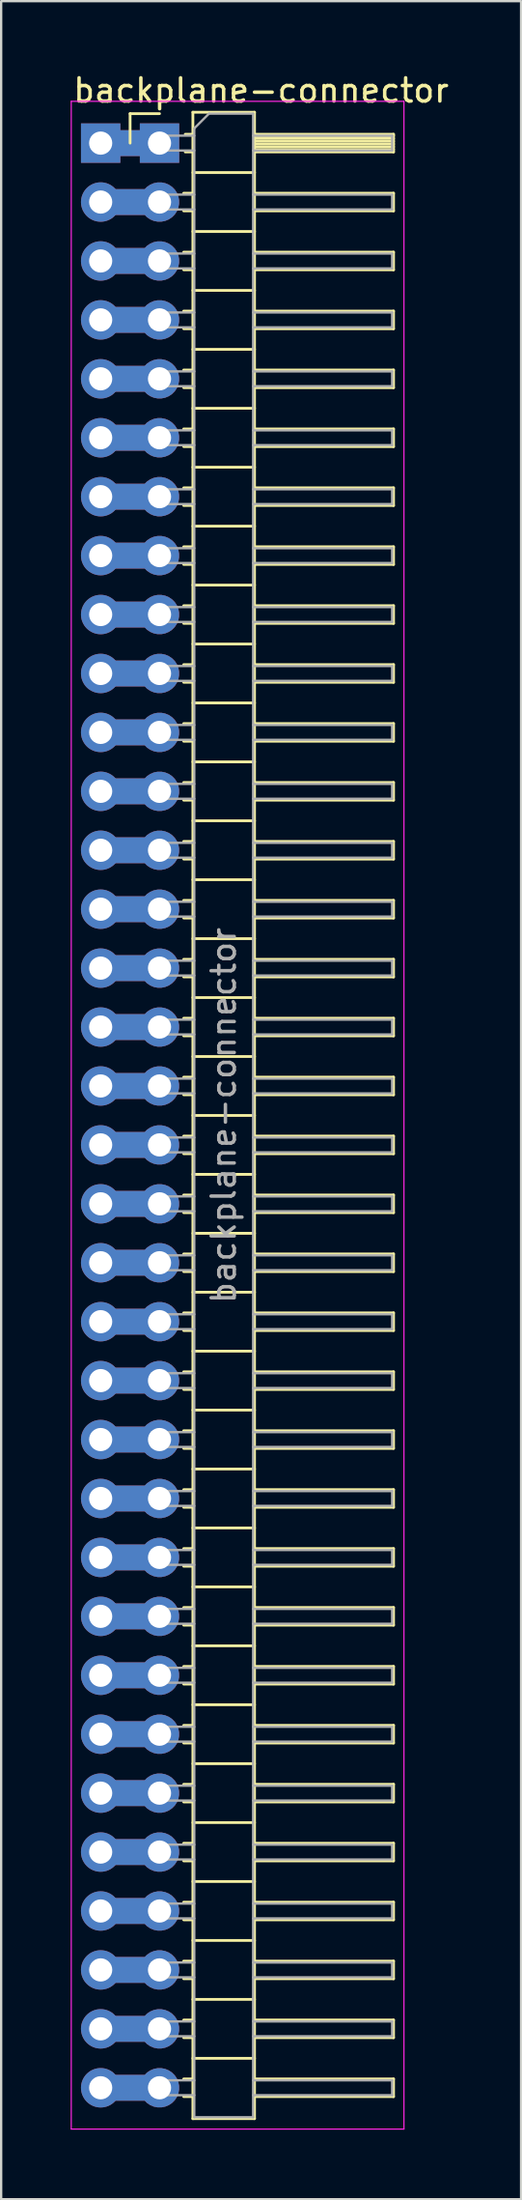
<source format=kicad_pcb>
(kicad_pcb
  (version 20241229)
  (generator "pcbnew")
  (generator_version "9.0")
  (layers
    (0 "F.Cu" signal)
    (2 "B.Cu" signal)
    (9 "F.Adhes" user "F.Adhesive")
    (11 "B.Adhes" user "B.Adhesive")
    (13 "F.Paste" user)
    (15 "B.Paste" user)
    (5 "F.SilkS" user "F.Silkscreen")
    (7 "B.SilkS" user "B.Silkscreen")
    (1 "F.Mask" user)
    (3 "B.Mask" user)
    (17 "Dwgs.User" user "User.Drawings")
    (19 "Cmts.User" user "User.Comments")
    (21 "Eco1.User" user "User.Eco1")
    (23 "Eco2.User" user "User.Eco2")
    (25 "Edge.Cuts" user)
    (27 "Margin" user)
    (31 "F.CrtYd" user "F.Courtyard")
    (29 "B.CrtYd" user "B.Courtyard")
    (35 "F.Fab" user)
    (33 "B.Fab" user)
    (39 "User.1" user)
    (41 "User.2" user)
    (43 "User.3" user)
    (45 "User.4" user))
  (footprint "backplane-connector"
    (layer "F.Cu")
    (at 3.835 3.118)
    (property "Reference" "backplane-connector" (at 4.385 -2.27 0) (layer "F.SilkS") (effects (font (size 1 1) (thickness 0.15))))
    (attr through_hole)
    (fp_line (start -1.27 -1.27) (end 0 -1.27) (stroke (width 0.12) (type solid)) (layer "F.SilkS"))
    (fp_line (start -1.27 0) (end -1.27 -1.27) (stroke (width 0.12) (type solid)) (layer "F.SilkS"))
    (fp_line (start 1.043 2.16) (end 1.44 2.16) (stroke (width 0.12) (type solid)) (layer "F.SilkS"))
    (fp_line (start 1.043 2.92) (end 1.44 2.92) (stroke (width 0.12) (type solid)) (layer "F.SilkS"))
    (fp_line (start 1.043 4.7) (end 1.44 4.7) (stroke (width 0.12) (type solid)) (layer "F.SilkS"))
    (fp_line (start 1.043 5.46) (end 1.44 5.46) (stroke (width 0.12) (type solid)) (layer "F.SilkS"))
    (fp_line (start 1.043 7.24) (end 1.44 7.24) (stroke (width 0.12) (type solid)) (layer "F.SilkS"))
    (fp_line (start 1.043 8) (end 1.44 8) (stroke (width 0.12) (type solid)) (layer "F.SilkS"))
    (fp_line (start 1.043 9.78) (end 1.44 9.78) (stroke (width 0.12) (type solid)) (layer "F.SilkS"))
    (fp_line (start 1.043 10.54) (end 1.44 10.54) (stroke (width 0.12) (type solid)) (layer "F.SilkS"))
    (fp_line (start 1.043 12.32) (end 1.44 12.32) (stroke (width 0.12) (type solid)) (layer "F.SilkS"))
    (fp_line (start 1.043 13.08) (end 1.44 13.08) (stroke (width 0.12) (type solid)) (layer "F.SilkS"))
    (fp_line (start 1.043 14.86) (end 1.44 14.86) (stroke (width 0.12) (type solid)) (layer "F.SilkS"))
    (fp_line (start 1.043 15.62) (end 1.44 15.62) (stroke (width 0.12) (type solid)) (layer "F.SilkS"))
    (fp_line (start 1.043 17.4) (end 1.44 17.4) (stroke (width 0.12) (type solid)) (layer "F.SilkS"))
    (fp_line (start 1.043 18.16) (end 1.44 18.16) (stroke (width 0.12) (type solid)) (layer "F.SilkS"))
    (fp_line (start 1.043 19.94) (end 1.44 19.94) (stroke (width 0.12) (type solid)) (layer "F.SilkS"))
    (fp_line (start 1.043 20.7) (end 1.44 20.7) (stroke (width 0.12) (type solid)) (layer "F.SilkS"))
    (fp_line (start 1.043 22.48) (end 1.44 22.48) (stroke (width 0.12) (type solid)) (layer "F.SilkS"))
    (fp_line (start 1.043 23.24) (end 1.44 23.24) (stroke (width 0.12) (type solid)) (layer "F.SilkS"))
    (fp_line (start 1.043 25.02) (end 1.44 25.02) (stroke (width 0.12) (type solid)) (layer "F.SilkS"))
    (fp_line (start 1.043 25.78) (end 1.44 25.78) (stroke (width 0.12) (type solid)) (layer "F.SilkS"))
    (fp_line (start 1.043 27.56) (end 1.44 27.56) (stroke (width 0.12) (type solid)) (layer "F.SilkS"))
    (fp_line (start 1.043 28.32) (end 1.44 28.32) (stroke (width 0.12) (type solid)) (layer "F.SilkS"))
    (fp_line (start 1.043 30.1) (end 1.44 30.1) (stroke (width 0.12) (type solid)) (layer "F.SilkS"))
    (fp_line (start 1.043 30.86) (end 1.44 30.86) (stroke (width 0.12) (type solid)) (layer "F.SilkS"))
    (fp_line (start 1.043 32.64) (end 1.44 32.64) (stroke (width 0.12) (type solid)) (layer "F.SilkS"))
    (fp_line (start 1.043 33.4) (end 1.44 33.4) (stroke (width 0.12) (type solid)) (layer "F.SilkS"))
    (fp_line (start 1.043 35.18) (end 1.44 35.18) (stroke (width 0.12) (type solid)) (layer "F.SilkS"))
    (fp_line (start 1.043 35.94) (end 1.44 35.94) (stroke (width 0.12) (type solid)) (layer "F.SilkS"))
    (fp_line (start 1.043 37.72) (end 1.44 37.72) (stroke (width 0.12) (type solid)) (layer "F.SilkS"))
    (fp_line (start 1.043 38.48) (end 1.44 38.48) (stroke (width 0.12) (type solid)) (layer "F.SilkS"))
    (fp_line (start 1.043 40.26) (end 1.44 40.26) (stroke (width 0.12) (type solid)) (layer "F.SilkS"))
    (fp_line (start 1.043 41.02) (end 1.44 41.02) (stroke (width 0.12) (type solid)) (layer "F.SilkS"))
    (fp_line (start 1.043 42.8) (end 1.44 42.8) (stroke (width 0.12) (type solid)) (layer "F.SilkS"))
    (fp_line (start 1.043 43.56) (end 1.44 43.56) (stroke (width 0.12) (type solid)) (layer "F.SilkS"))
    (fp_line (start 1.043 45.34) (end 1.44 45.34) (stroke (width 0.12) (type solid)) (layer "F.SilkS"))
    (fp_line (start 1.043 46.1) (end 1.44 46.1) (stroke (width 0.12) (type solid)) (layer "F.SilkS"))
    (fp_line (start 1.043 47.88) (end 1.44 47.88) (stroke (width 0.12) (type solid)) (layer "F.SilkS"))
    (fp_line (start 1.043 48.64) (end 1.44 48.64) (stroke (width 0.12) (type solid)) (layer "F.SilkS"))
    (fp_line (start 1.043 50.42) (end 1.44 50.42) (stroke (width 0.12) (type solid)) (layer "F.SilkS"))
    (fp_line (start 1.043 51.18) (end 1.44 51.18) (stroke (width 0.12) (type solid)) (layer "F.SilkS"))
    (fp_line (start 1.043 52.96) (end 1.44 52.96) (stroke (width 0.12) (type solid)) (layer "F.SilkS"))
    (fp_line (start 1.043 53.72) (end 1.44 53.72) (stroke (width 0.12) (type solid)) (layer "F.SilkS"))
    (fp_line (start 1.043 55.5) (end 1.44 55.5) (stroke (width 0.12) (type solid)) (layer "F.SilkS"))
    (fp_line (start 1.043 56.26) (end 1.44 56.26) (stroke (width 0.12) (type solid)) (layer "F.SilkS"))
    (fp_line (start 1.043 58.04) (end 1.44 58.04) (stroke (width 0.12) (type solid)) (layer "F.SilkS"))
    (fp_line (start 1.043 58.8) (end 1.44 58.8) (stroke (width 0.12) (type solid)) (layer "F.SilkS"))
    (fp_line (start 1.043 60.58) (end 1.44 60.58) (stroke (width 0.12) (type solid)) (layer "F.SilkS"))
    (fp_line (start 1.043 61.34) (end 1.44 61.34) (stroke (width 0.12) (type solid)) (layer "F.SilkS"))
    (fp_line (start 1.043 63.12) (end 1.44 63.12) (stroke (width 0.12) (type solid)) (layer "F.SilkS"))
    (fp_line (start 1.043 63.88) (end 1.44 63.88) (stroke (width 0.12) (type solid)) (layer "F.SilkS"))
    (fp_line (start 1.043 65.66) (end 1.44 65.66) (stroke (width 0.12) (type solid)) (layer "F.SilkS"))
    (fp_line (start 1.043 66.42) (end 1.44 66.42) (stroke (width 0.12) (type solid)) (layer "F.SilkS"))
    (fp_line (start 1.043 68.2) (end 1.44 68.2) (stroke (width 0.12) (type solid)) (layer "F.SilkS"))
    (fp_line (start 1.043 68.96) (end 1.44 68.96) (stroke (width 0.12) (type solid)) (layer "F.SilkS"))
    (fp_line (start 1.043 70.74) (end 1.44 70.74) (stroke (width 0.12) (type solid)) (layer "F.SilkS"))
    (fp_line (start 1.043 71.5) (end 1.44 71.5) (stroke (width 0.12) (type solid)) (layer "F.SilkS"))
    (fp_line (start 1.043 73.28) (end 1.44 73.28) (stroke (width 0.12) (type solid)) (layer "F.SilkS"))
    (fp_line (start 1.043 74.04) (end 1.44 74.04) (stroke (width 0.12) (type solid)) (layer "F.SilkS"))
    (fp_line (start 1.043 75.82) (end 1.44 75.82) (stroke (width 0.12) (type solid)) (layer "F.SilkS"))
    (fp_line (start 1.043 76.58) (end 1.44 76.58) (stroke (width 0.12) (type solid)) (layer "F.SilkS"))
    (fp_line (start 1.043 78.36) (end 1.44 78.36) (stroke (width 0.12) (type solid)) (layer "F.SilkS"))
    (fp_line (start 1.043 79.12) (end 1.44 79.12) (stroke (width 0.12) (type solid)) (layer "F.SilkS"))
    (fp_line (start 1.043 80.9) (end 1.44 80.9) (stroke (width 0.12) (type solid)) (layer "F.SilkS"))
    (fp_line (start 1.043 81.66) (end 1.44 81.66) (stroke (width 0.12) (type solid)) (layer "F.SilkS"))
    (fp_line (start 1.043 83.44) (end 1.44 83.44) (stroke (width 0.12) (type solid)) (layer "F.SilkS"))
    (fp_line (start 1.043 84.2) (end 1.44 84.2) (stroke (width 0.12) (type solid)) (layer "F.SilkS"))
    (fp_line (start 1.11 -0.38) (end 1.44 -0.38) (stroke (width 0.12) (type solid)) (layer "F.SilkS"))
    (fp_line (start 1.11 0.38) (end 1.44 0.38) (stroke (width 0.12) (type solid)) (layer "F.SilkS"))
    (fp_line (start 1.44 -1.33) (end 1.44 85.15) (stroke (width 0.12) (type solid)) (layer "F.SilkS"))
    (fp_line (start 1.44 1.27) (end 4.1 1.27) (stroke (width 0.12) (type solid)) (layer "F.SilkS"))
    (fp_line (start 1.44 3.81) (end 4.1 3.81) (stroke (width 0.12) (type solid)) (layer "F.SilkS"))
    (fp_line (start 1.44 6.35) (end 4.1 6.35) (stroke (width 0.12) (type solid)) (layer "F.SilkS"))
    (fp_line (start 1.44 8.89) (end 4.1 8.89) (stroke (width 0.12) (type solid)) (layer "F.SilkS"))
    (fp_line (start 1.44 11.43) (end 4.1 11.43) (stroke (width 0.12) (type solid)) (layer "F.SilkS"))
    (fp_line (start 1.44 13.97) (end 4.1 13.97) (stroke (width 0.12) (type solid)) (layer "F.SilkS"))
    (fp_line (start 1.44 16.51) (end 4.1 16.51) (stroke (width 0.12) (type solid)) (layer "F.SilkS"))
    (fp_line (start 1.44 19.05) (end 4.1 19.05) (stroke (width 0.12) (type solid)) (layer "F.SilkS"))
    (fp_line (start 1.44 21.59) (end 4.1 21.59) (stroke (width 0.12) (type solid)) (layer "F.SilkS"))
    (fp_line (start 1.44 24.13) (end 4.1 24.13) (stroke (width 0.12) (type solid)) (layer "F.SilkS"))
    (fp_line (start 1.44 26.67) (end 4.1 26.67) (stroke (width 0.12) (type solid)) (layer "F.SilkS"))
    (fp_line (start 1.44 29.21) (end 4.1 29.21) (stroke (width 0.12) (type solid)) (layer "F.SilkS"))
    (fp_line (start 1.44 31.75) (end 4.1 31.75) (stroke (width 0.12) (type solid)) (layer "F.SilkS"))
    (fp_line (start 1.44 34.29) (end 4.1 34.29) (stroke (width 0.12) (type solid)) (layer "F.SilkS"))
    (fp_line (start 1.44 36.83) (end 4.1 36.83) (stroke (width 0.12) (type solid)) (layer "F.SilkS"))
    (fp_line (start 1.44 39.37) (end 4.1 39.37) (stroke (width 0.12) (type solid)) (layer "F.SilkS"))
    (fp_line (start 1.44 41.91) (end 4.1 41.91) (stroke (width 0.12) (type solid)) (layer "F.SilkS"))
    (fp_line (start 1.44 44.45) (end 4.1 44.45) (stroke (width 0.12) (type solid)) (layer "F.SilkS"))
    (fp_line (start 1.44 46.99) (end 4.1 46.99) (stroke (width 0.12) (type solid)) (layer "F.SilkS"))
    (fp_line (start 1.44 49.53) (end 4.1 49.53) (stroke (width 0.12) (type solid)) (layer "F.SilkS"))
    (fp_line (start 1.44 52.07) (end 4.1 52.07) (stroke (width 0.12) (type solid)) (layer "F.SilkS"))
    (fp_line (start 1.44 54.61) (end 4.1 54.61) (stroke (width 0.12) (type solid)) (layer "F.SilkS"))
    (fp_line (start 1.44 57.15) (end 4.1 57.15) (stroke (width 0.12) (type solid)) (layer "F.SilkS"))
    (fp_line (start 1.44 59.69) (end 4.1 59.69) (stroke (width 0.12) (type solid)) (layer "F.SilkS"))
    (fp_line (start 1.44 62.23) (end 4.1 62.23) (stroke (width 0.12) (type solid)) (layer "F.SilkS"))
    (fp_line (start 1.44 64.77) (end 4.1 64.77) (stroke (width 0.12) (type solid)) (layer "F.SilkS"))
    (fp_line (start 1.44 67.31) (end 4.1 67.31) (stroke (width 0.12) (type solid)) (layer "F.SilkS"))
    (fp_line (start 1.44 69.85) (end 4.1 69.85) (stroke (width 0.12) (type solid)) (layer "F.SilkS"))
    (fp_line (start 1.44 72.39) (end 4.1 72.39) (stroke (width 0.12) (type solid)) (layer "F.SilkS"))
    (fp_line (start 1.44 74.93) (end 4.1 74.93) (stroke (width 0.12) (type solid)) (layer "F.SilkS"))
    (fp_line (start 1.44 77.47) (end 4.1 77.47) (stroke (width 0.12) (type solid)) (layer "F.SilkS"))
    (fp_line (start 1.44 80.01) (end 4.1 80.01) (stroke (width 0.12) (type solid)) (layer "F.SilkS"))
    (fp_line (start 1.44 82.55) (end 4.1 82.55) (stroke (width 0.12) (type solid)) (layer "F.SilkS"))
    (fp_line (start 1.44 85.15) (end 4.1 85.15) (stroke (width 0.12) (type solid)) (layer "F.SilkS"))
    (fp_line (start 4.1 -1.33) (end 1.44 -1.33) (stroke (width 0.12) (type solid)) (layer "F.SilkS"))
    (fp_line (start 4.1 -0.38) (end 10.1 -0.38) (stroke (width 0.12) (type solid)) (layer "F.SilkS"))
    (fp_line (start 4.1 -0.32) (end 10.1 -0.32) (stroke (width 0.12) (type solid)) (layer "F.SilkS"))
    (fp_line (start 4.1 -0.2) (end 10.1 -0.2) (stroke (width 0.12) (type solid)) (layer "F.SilkS"))
    (fp_line (start 4.1 -0.08) (end 10.1 -0.08) (stroke (width 0.12) (type solid)) (layer "F.SilkS"))
    (fp_line (start 4.1 0.04) (end 10.1 0.04) (stroke (width 0.12) (type solid)) (layer "F.SilkS"))
    (fp_line (start 4.1 0.16) (end 10.1 0.16) (stroke (width 0.12) (type solid)) (layer "F.SilkS"))
    (fp_line (start 4.1 0.28) (end 10.1 0.28) (stroke (width 0.12) (type solid)) (layer "F.SilkS"))
    (fp_line (start 4.1 2.16) (end 10.1 2.16) (stroke (width 0.12) (type solid)) (layer "F.SilkS"))
    (fp_line (start 4.1 4.7) (end 10.1 4.7) (stroke (width 0.12) (type solid)) (layer "F.SilkS"))
    (fp_line (start 4.1 7.24) (end 10.1 7.24) (stroke (width 0.12) (type solid)) (layer "F.SilkS"))
    (fp_line (start 4.1 9.78) (end 10.1 9.78) (stroke (width 0.12) (type solid)) (layer "F.SilkS"))
    (fp_line (start 4.1 12.32) (end 10.1 12.32) (stroke (width 0.12) (type solid)) (layer "F.SilkS"))
    (fp_line (start 4.1 14.86) (end 10.1 14.86) (stroke (width 0.12) (type solid)) (layer "F.SilkS"))
    (fp_line (start 4.1 17.4) (end 10.1 17.4) (stroke (width 0.12) (type solid)) (layer "F.SilkS"))
    (fp_line (start 4.1 19.94) (end 10.1 19.94) (stroke (width 0.12) (type solid)) (layer "F.SilkS"))
    (fp_line (start 4.1 22.48) (end 10.1 22.48) (stroke (width 0.12) (type solid)) (layer "F.SilkS"))
    (fp_line (start 4.1 25.02) (end 10.1 25.02) (stroke (width 0.12) (type solid)) (layer "F.SilkS"))
    (fp_line (start 4.1 27.56) (end 10.1 27.56) (stroke (width 0.12) (type solid)) (layer "F.SilkS"))
    (fp_line (start 4.1 30.1) (end 10.1 30.1) (stroke (width 0.12) (type solid)) (layer "F.SilkS"))
    (fp_line (start 4.1 32.64) (end 10.1 32.64) (stroke (width 0.12) (type solid)) (layer "F.SilkS"))
    (fp_line (start 4.1 35.18) (end 10.1 35.18) (stroke (width 0.12) (type solid)) (layer "F.SilkS"))
    (fp_line (start 4.1 37.72) (end 10.1 37.72) (stroke (width 0.12) (type solid)) (layer "F.SilkS"))
    (fp_line (start 4.1 40.26) (end 10.1 40.26) (stroke (width 0.12) (type solid)) (layer "F.SilkS"))
    (fp_line (start 4.1 42.8) (end 10.1 42.8) (stroke (width 0.12) (type solid)) (layer "F.SilkS"))
    (fp_line (start 4.1 45.34) (end 10.1 45.34) (stroke (width 0.12) (type solid)) (layer "F.SilkS"))
    (fp_line (start 4.1 47.88) (end 10.1 47.88) (stroke (width 0.12) (type solid)) (layer "F.SilkS"))
    (fp_line (start 4.1 50.42) (end 10.1 50.42) (stroke (width 0.12) (type solid)) (layer "F.SilkS"))
    (fp_line (start 4.1 52.96) (end 10.1 52.96) (stroke (width 0.12) (type solid)) (layer "F.SilkS"))
    (fp_line (start 4.1 55.5) (end 10.1 55.5) (stroke (width 0.12) (type solid)) (layer "F.SilkS"))
    (fp_line (start 4.1 58.04) (end 10.1 58.04) (stroke (width 0.12) (type solid)) (layer "F.SilkS"))
    (fp_line (start 4.1 60.58) (end 10.1 60.58) (stroke (width 0.12) (type solid)) (layer "F.SilkS"))
    (fp_line (start 4.1 63.12) (end 10.1 63.12) (stroke (width 0.12) (type solid)) (layer "F.SilkS"))
    (fp_line (start 4.1 65.66) (end 10.1 65.66) (stroke (width 0.12) (type solid)) (layer "F.SilkS"))
    (fp_line (start 4.1 68.2) (end 10.1 68.2) (stroke (width 0.12) (type solid)) (layer "F.SilkS"))
    (fp_line (start 4.1 70.74) (end 10.1 70.74) (stroke (width 0.12) (type solid)) (layer "F.SilkS"))
    (fp_line (start 4.1 73.28) (end 10.1 73.28) (stroke (width 0.12) (type solid)) (layer "F.SilkS"))
    (fp_line (start 4.1 75.82) (end 10.1 75.82) (stroke (width 0.12) (type solid)) (layer "F.SilkS"))
    (fp_line (start 4.1 78.36) (end 10.1 78.36) (stroke (width 0.12) (type solid)) (layer "F.SilkS"))
    (fp_line (start 4.1 80.9) (end 10.1 80.9) (stroke (width 0.12) (type solid)) (layer "F.SilkS"))
    (fp_line (start 4.1 83.44) (end 10.1 83.44) (stroke (width 0.12) (type solid)) (layer "F.SilkS"))
    (fp_line (start 4.1 85.15) (end 4.1 -1.33) (stroke (width 0.12) (type solid)) (layer "F.SilkS"))
    (fp_line (start 10.1 -0.38) (end 10.1 0.38) (stroke (width 0.12) (type solid)) (layer "F.SilkS"))
    (fp_line (start 10.1 0.38) (end 4.1 0.38) (stroke (width 0.12) (type solid)) (layer "F.SilkS"))
    (fp_line (start 10.1 2.16) (end 10.1 2.92) (stroke (width 0.12) (type solid)) (layer "F.SilkS"))
    (fp_line (start 10.1 2.92) (end 4.1 2.92) (stroke (width 0.12) (type solid)) (layer "F.SilkS"))
    (fp_line (start 10.1 4.7) (end 10.1 5.46) (stroke (width 0.12) (type solid)) (layer "F.SilkS"))
    (fp_line (start 10.1 5.46) (end 4.1 5.46) (stroke (width 0.12) (type solid)) (layer "F.SilkS"))
    (fp_line (start 10.1 7.24) (end 10.1 8) (stroke (width 0.12) (type solid)) (layer "F.SilkS"))
    (fp_line (start 10.1 8) (end 4.1 8) (stroke (width 0.12) (type solid)) (layer "F.SilkS"))
    (fp_line (start 10.1 9.78) (end 10.1 10.54) (stroke (width 0.12) (type solid)) (layer "F.SilkS"))
    (fp_line (start 10.1 10.54) (end 4.1 10.54) (stroke (width 0.12) (type solid)) (layer "F.SilkS"))
    (fp_line (start 10.1 12.32) (end 10.1 13.08) (stroke (width 0.12) (type solid)) (layer "F.SilkS"))
    (fp_line (start 10.1 13.08) (end 4.1 13.08) (stroke (width 0.12) (type solid)) (layer "F.SilkS"))
    (fp_line (start 10.1 14.86) (end 10.1 15.62) (stroke (width 0.12) (type solid)) (layer "F.SilkS"))
    (fp_line (start 10.1 15.62) (end 4.1 15.62) (stroke (width 0.12) (type solid)) (layer "F.SilkS"))
    (fp_line (start 10.1 17.4) (end 10.1 18.16) (stroke (width 0.12) (type solid)) (layer "F.SilkS"))
    (fp_line (start 10.1 18.16) (end 4.1 18.16) (stroke (width 0.12) (type solid)) (layer "F.SilkS"))
    (fp_line (start 10.1 19.94) (end 10.1 20.7) (stroke (width 0.12) (type solid)) (layer "F.SilkS"))
    (fp_line (start 10.1 20.7) (end 4.1 20.7) (stroke (width 0.12) (type solid)) (layer "F.SilkS"))
    (fp_line (start 10.1 22.48) (end 10.1 23.24) (stroke (width 0.12) (type solid)) (layer "F.SilkS"))
    (fp_line (start 10.1 23.24) (end 4.1 23.24) (stroke (width 0.12) (type solid)) (layer "F.SilkS"))
    (fp_line (start 10.1 25.02) (end 10.1 25.78) (stroke (width 0.12) (type solid)) (layer "F.SilkS"))
    (fp_line (start 10.1 25.78) (end 4.1 25.78) (stroke (width 0.12) (type solid)) (layer "F.SilkS"))
    (fp_line (start 10.1 27.56) (end 10.1 28.32) (stroke (width 0.12) (type solid)) (layer "F.SilkS"))
    (fp_line (start 10.1 28.32) (end 4.1 28.32) (stroke (width 0.12) (type solid)) (layer "F.SilkS"))
    (fp_line (start 10.1 30.1) (end 10.1 30.86) (stroke (width 0.12) (type solid)) (layer "F.SilkS"))
    (fp_line (start 10.1 30.86) (end 4.1 30.86) (stroke (width 0.12) (type solid)) (layer "F.SilkS"))
    (fp_line (start 10.1 32.64) (end 10.1 33.4) (stroke (width 0.12) (type solid)) (layer "F.SilkS"))
    (fp_line (start 10.1 33.4) (end 4.1 33.4) (stroke (width 0.12) (type solid)) (layer "F.SilkS"))
    (fp_line (start 10.1 35.18) (end 10.1 35.94) (stroke (width 0.12) (type solid)) (layer "F.SilkS"))
    (fp_line (start 10.1 35.94) (end 4.1 35.94) (stroke (width 0.12) (type solid)) (layer "F.SilkS"))
    (fp_line (start 10.1 37.72) (end 10.1 38.48) (stroke (width 0.12) (type solid)) (layer "F.SilkS"))
    (fp_line (start 10.1 38.48) (end 4.1 38.48) (stroke (width 0.12) (type solid)) (layer "F.SilkS"))
    (fp_line (start 10.1 40.26) (end 10.1 41.02) (stroke (width 0.12) (type solid)) (layer "F.SilkS"))
    (fp_line (start 10.1 41.02) (end 4.1 41.02) (stroke (width 0.12) (type solid)) (layer "F.SilkS"))
    (fp_line (start 10.1 42.8) (end 10.1 43.56) (stroke (width 0.12) (type solid)) (layer "F.SilkS"))
    (fp_line (start 10.1 43.56) (end 4.1 43.56) (stroke (width 0.12) (type solid)) (layer "F.SilkS"))
    (fp_line (start 10.1 45.34) (end 10.1 46.1) (stroke (width 0.12) (type solid)) (layer "F.SilkS"))
    (fp_line (start 10.1 46.1) (end 4.1 46.1) (stroke (width 0.12) (type solid)) (layer "F.SilkS"))
    (fp_line (start 10.1 47.88) (end 10.1 48.64) (stroke (width 0.12) (type solid)) (layer "F.SilkS"))
    (fp_line (start 10.1 48.64) (end 4.1 48.64) (stroke (width 0.12) (type solid)) (layer "F.SilkS"))
    (fp_line (start 10.1 50.42) (end 10.1 51.18) (stroke (width 0.12) (type solid)) (layer "F.SilkS"))
    (fp_line (start 10.1 51.18) (end 4.1 51.18) (stroke (width 0.12) (type solid)) (layer "F.SilkS"))
    (fp_line (start 10.1 52.96) (end 10.1 53.72) (stroke (width 0.12) (type solid)) (layer "F.SilkS"))
    (fp_line (start 10.1 53.72) (end 4.1 53.72) (stroke (width 0.12) (type solid)) (layer "F.SilkS"))
    (fp_line (start 10.1 55.5) (end 10.1 56.26) (stroke (width 0.12) (type solid)) (layer "F.SilkS"))
    (fp_line (start 10.1 56.26) (end 4.1 56.26) (stroke (width 0.12) (type solid)) (layer "F.SilkS"))
    (fp_line (start 10.1 58.04) (end 10.1 58.8) (stroke (width 0.12) (type solid)) (layer "F.SilkS"))
    (fp_line (start 10.1 58.8) (end 4.1 58.8) (stroke (width 0.12) (type solid)) (layer "F.SilkS"))
    (fp_line (start 10.1 60.58) (end 10.1 61.34) (stroke (width 0.12) (type solid)) (layer "F.SilkS"))
    (fp_line (start 10.1 61.34) (end 4.1 61.34) (stroke (width 0.12) (type solid)) (layer "F.SilkS"))
    (fp_line (start 10.1 63.12) (end 10.1 63.88) (stroke (width 0.12) (type solid)) (layer "F.SilkS"))
    (fp_line (start 10.1 63.88) (end 4.1 63.88) (stroke (width 0.12) (type solid)) (layer "F.SilkS"))
    (fp_line (start 10.1 65.66) (end 10.1 66.42) (stroke (width 0.12) (type solid)) (layer "F.SilkS"))
    (fp_line (start 10.1 66.42) (end 4.1 66.42) (stroke (width 0.12) (type solid)) (layer "F.SilkS"))
    (fp_line (start 10.1 68.2) (end 10.1 68.96) (stroke (width 0.12) (type solid)) (layer "F.SilkS"))
    (fp_line (start 10.1 68.96) (end 4.1 68.96) (stroke (width 0.12) (type solid)) (layer "F.SilkS"))
    (fp_line (start 10.1 70.74) (end 10.1 71.5) (stroke (width 0.12) (type solid)) (layer "F.SilkS"))
    (fp_line (start 10.1 71.5) (end 4.1 71.5) (stroke (width 0.12) (type solid)) (layer "F.SilkS"))
    (fp_line (start 10.1 73.28) (end 10.1 74.04) (stroke (width 0.12) (type solid)) (layer "F.SilkS"))
    (fp_line (start 10.1 74.04) (end 4.1 74.04) (stroke (width 0.12) (type solid)) (layer "F.SilkS"))
    (fp_line (start 10.1 75.82) (end 10.1 76.58) (stroke (width 0.12) (type solid)) (layer "F.SilkS"))
    (fp_line (start 10.1 76.58) (end 4.1 76.58) (stroke (width 0.12) (type solid)) (layer "F.SilkS"))
    (fp_line (start 10.1 78.36) (end 10.1 79.12) (stroke (width 0.12) (type solid)) (layer "F.SilkS"))
    (fp_line (start 10.1 79.12) (end 4.1 79.12) (stroke (width 0.12) (type solid)) (layer "F.SilkS"))
    (fp_line (start 10.1 80.9) (end 10.1 81.66) (stroke (width 0.12) (type solid)) (layer "F.SilkS"))
    (fp_line (start 10.1 81.66) (end 4.1 81.66) (stroke (width 0.12) (type solid)) (layer "F.SilkS"))
    (fp_line (start 10.1 83.44) (end 10.1 84.2) (stroke (width 0.12) (type solid)) (layer "F.SilkS"))
    (fp_line (start 10.1 84.2) (end 4.1 84.2) (stroke (width 0.12) (type solid)) (layer "F.SilkS"))
    (fp_line (start -3.81 -1.8) (end -3.81 85.6) (stroke (width 0.05) (type solid)) (layer "F.CrtYd"))
    (fp_line (start -3.81 85.6) (end 10.55 85.6) (stroke (width 0.05) (type solid)) (layer "F.CrtYd"))
    (fp_line (start 10.55 -1.8) (end -3.81 -1.8) (stroke (width 0.05) (type solid)) (layer "F.CrtYd"))
    (fp_line (start 10.55 85.6) (end 10.55 -1.8) (stroke (width 0.05) (type solid)) (layer "F.CrtYd"))
    (fp_line (start -0.32 -0.32) (end -0.32 0.32) (stroke (width 0.1) (type solid)) (layer "F.Fab"))
    (fp_line (start -0.32 -0.32) (end 1.5 -0.32) (stroke (width 0.1) (type solid)) (layer "F.Fab"))
    (fp_line (start -0.32 0.32) (end 1.5 0.32) (stroke (width 0.1) (type solid)) (layer "F.Fab"))
    (fp_line (start -0.32 2.22) (end -0.32 2.86) (stroke (width 0.1) (type solid)) (layer "F.Fab"))
    (fp_line (start -0.32 2.22) (end 1.5 2.22) (stroke (width 0.1) (type solid)) (layer "F.Fab"))
    (fp_line (start -0.32 2.86) (end 1.5 2.86) (stroke (width 0.1) (type solid)) (layer "F.Fab"))
    (fp_line (start -0.32 4.76) (end -0.32 5.4) (stroke (width 0.1) (type solid)) (layer "F.Fab"))
    (fp_line (start -0.32 4.76) (end 1.5 4.76) (stroke (width 0.1) (type solid)) (layer "F.Fab"))
    (fp_line (start -0.32 5.4) (end 1.5 5.4) (stroke (width 0.1) (type solid)) (layer "F.Fab"))
    (fp_line (start -0.32 7.3) (end -0.32 7.94) (stroke (width 0.1) (type solid)) (layer "F.Fab"))
    (fp_line (start -0.32 7.3) (end 1.5 7.3) (stroke (width 0.1) (type solid)) (layer "F.Fab"))
    (fp_line (start -0.32 7.94) (end 1.5 7.94) (stroke (width 0.1) (type solid)) (layer "F.Fab"))
    (fp_line (start -0.32 9.84) (end -0.32 10.48) (stroke (width 0.1) (type solid)) (layer "F.Fab"))
    (fp_line (start -0.32 9.84) (end 1.5 9.84) (stroke (width 0.1) (type solid)) (layer "F.Fab"))
    (fp_line (start -0.32 10.48) (end 1.5 10.48) (stroke (width 0.1) (type solid)) (layer "F.Fab"))
    (fp_line (start -0.32 12.38) (end -0.32 13.02) (stroke (width 0.1) (type solid)) (layer "F.Fab"))
    (fp_line (start -0.32 12.38) (end 1.5 12.38) (stroke (width 0.1) (type solid)) (layer "F.Fab"))
    (fp_line (start -0.32 13.02) (end 1.5 13.02) (stroke (width 0.1) (type solid)) (layer "F.Fab"))
    (fp_line (start -0.32 14.92) (end -0.32 15.56) (stroke (width 0.1) (type solid)) (layer "F.Fab"))
    (fp_line (start -0.32 14.92) (end 1.5 14.92) (stroke (width 0.1) (type solid)) (layer "F.Fab"))
    (fp_line (start -0.32 15.56) (end 1.5 15.56) (stroke (width 0.1) (type solid)) (layer "F.Fab"))
    (fp_line (start -0.32 17.46) (end -0.32 18.1) (stroke (width 0.1) (type solid)) (layer "F.Fab"))
    (fp_line (start -0.32 17.46) (end 1.5 17.46) (stroke (width 0.1) (type solid)) (layer "F.Fab"))
    (fp_line (start -0.32 18.1) (end 1.5 18.1) (stroke (width 0.1) (type solid)) (layer "F.Fab"))
    (fp_line (start -0.32 20) (end -0.32 20.64) (stroke (width 0.1) (type solid)) (layer "F.Fab"))
    (fp_line (start -0.32 20) (end 1.5 20) (stroke (width 0.1) (type solid)) (layer "F.Fab"))
    (fp_line (start -0.32 20.64) (end 1.5 20.64) (stroke (width 0.1) (type solid)) (layer "F.Fab"))
    (fp_line (start -0.32 22.54) (end -0.32 23.18) (stroke (width 0.1) (type solid)) (layer "F.Fab"))
    (fp_line (start -0.32 22.54) (end 1.5 22.54) (stroke (width 0.1) (type solid)) (layer "F.Fab"))
    (fp_line (start -0.32 23.18) (end 1.5 23.18) (stroke (width 0.1) (type solid)) (layer "F.Fab"))
    (fp_line (start -0.32 25.08) (end -0.32 25.72) (stroke (width 0.1) (type solid)) (layer "F.Fab"))
    (fp_line (start -0.32 25.08) (end 1.5 25.08) (stroke (width 0.1) (type solid)) (layer "F.Fab"))
    (fp_line (start -0.32 25.72) (end 1.5 25.72) (stroke (width 0.1) (type solid)) (layer "F.Fab"))
    (fp_line (start -0.32 27.62) (end -0.32 28.26) (stroke (width 0.1) (type solid)) (layer "F.Fab"))
    (fp_line (start -0.32 27.62) (end 1.5 27.62) (stroke (width 0.1) (type solid)) (layer "F.Fab"))
    (fp_line (start -0.32 28.26) (end 1.5 28.26) (stroke (width 0.1) (type solid)) (layer "F.Fab"))
    (fp_line (start -0.32 30.16) (end -0.32 30.8) (stroke (width 0.1) (type solid)) (layer "F.Fab"))
    (fp_line (start -0.32 30.16) (end 1.5 30.16) (stroke (width 0.1) (type solid)) (layer "F.Fab"))
    (fp_line (start -0.32 30.8) (end 1.5 30.8) (stroke (width 0.1) (type solid)) (layer "F.Fab"))
    (fp_line (start -0.32 32.7) (end -0.32 33.34) (stroke (width 0.1) (type solid)) (layer "F.Fab"))
    (fp_line (start -0.32 32.7) (end 1.5 32.7) (stroke (width 0.1) (type solid)) (layer "F.Fab"))
    (fp_line (start -0.32 33.34) (end 1.5 33.34) (stroke (width 0.1) (type solid)) (layer "F.Fab"))
    (fp_line (start -0.32 35.24) (end -0.32 35.88) (stroke (width 0.1) (type solid)) (layer "F.Fab"))
    (fp_line (start -0.32 35.24) (end 1.5 35.24) (stroke (width 0.1) (type solid)) (layer "F.Fab"))
    (fp_line (start -0.32 35.88) (end 1.5 35.88) (stroke (width 0.1) (type solid)) (layer "F.Fab"))
    (fp_line (start -0.32 37.78) (end -0.32 38.42) (stroke (width 0.1) (type solid)) (layer "F.Fab"))
    (fp_line (start -0.32 37.78) (end 1.5 37.78) (stroke (width 0.1) (type solid)) (layer "F.Fab"))
    (fp_line (start -0.32 38.42) (end 1.5 38.42) (stroke (width 0.1) (type solid)) (layer "F.Fab"))
    (fp_line (start -0.32 40.32) (end -0.32 40.96) (stroke (width 0.1) (type solid)) (layer "F.Fab"))
    (fp_line (start -0.32 40.32) (end 1.5 40.32) (stroke (width 0.1) (type solid)) (layer "F.Fab"))
    (fp_line (start -0.32 40.96) (end 1.5 40.96) (stroke (width 0.1) (type solid)) (layer "F.Fab"))
    (fp_line (start -0.32 42.86) (end -0.32 43.5) (stroke (width 0.1) (type solid)) (layer "F.Fab"))
    (fp_line (start -0.32 42.86) (end 1.5 42.86) (stroke (width 0.1) (type solid)) (layer "F.Fab"))
    (fp_line (start -0.32 43.5) (end 1.5 43.5) (stroke (width 0.1) (type solid)) (layer "F.Fab"))
    (fp_line (start -0.32 45.4) (end -0.32 46.04) (stroke (width 0.1) (type solid)) (layer "F.Fab"))
    (fp_line (start -0.32 45.4) (end 1.5 45.4) (stroke (width 0.1) (type solid)) (layer "F.Fab"))
    (fp_line (start -0.32 46.04) (end 1.5 46.04) (stroke (width 0.1) (type solid)) (layer "F.Fab"))
    (fp_line (start -0.32 47.94) (end -0.32 48.58) (stroke (width 0.1) (type solid)) (layer "F.Fab"))
    (fp_line (start -0.32 47.94) (end 1.5 47.94) (stroke (width 0.1) (type solid)) (layer "F.Fab"))
    (fp_line (start -0.32 48.58) (end 1.5 48.58) (stroke (width 0.1) (type solid)) (layer "F.Fab"))
    (fp_line (start -0.32 50.48) (end -0.32 51.12) (stroke (width 0.1) (type solid)) (layer "F.Fab"))
    (fp_line (start -0.32 50.48) (end 1.5 50.48) (stroke (width 0.1) (type solid)) (layer "F.Fab"))
    (fp_line (start -0.32 51.12) (end 1.5 51.12) (stroke (width 0.1) (type solid)) (layer "F.Fab"))
    (fp_line (start -0.32 53.02) (end -0.32 53.66) (stroke (width 0.1) (type solid)) (layer "F.Fab"))
    (fp_line (start -0.32 53.02) (end 1.5 53.02) (stroke (width 0.1) (type solid)) (layer "F.Fab"))
    (fp_line (start -0.32 53.66) (end 1.5 53.66) (stroke (width 0.1) (type solid)) (layer "F.Fab"))
    (fp_line (start -0.32 55.56) (end -0.32 56.2) (stroke (width 0.1) (type solid)) (layer "F.Fab"))
    (fp_line (start -0.32 55.56) (end 1.5 55.56) (stroke (width 0.1) (type solid)) (layer "F.Fab"))
    (fp_line (start -0.32 56.2) (end 1.5 56.2) (stroke (width 0.1) (type solid)) (layer "F.Fab"))
    (fp_line (start -0.32 58.1) (end -0.32 58.74) (stroke (width 0.1) (type solid)) (layer "F.Fab"))
    (fp_line (start -0.32 58.1) (end 1.5 58.1) (stroke (width 0.1) (type solid)) (layer "F.Fab"))
    (fp_line (start -0.32 58.74) (end 1.5 58.74) (stroke (width 0.1) (type solid)) (layer "F.Fab"))
    (fp_line (start -0.32 60.64) (end -0.32 61.28) (stroke (width 0.1) (type solid)) (layer "F.Fab"))
    (fp_line (start -0.32 60.64) (end 1.5 60.64) (stroke (width 0.1) (type solid)) (layer "F.Fab"))
    (fp_line (start -0.32 61.28) (end 1.5 61.28) (stroke (width 0.1) (type solid)) (layer "F.Fab"))
    (fp_line (start -0.32 63.18) (end -0.32 63.82) (stroke (width 0.1) (type solid)) (layer "F.Fab"))
    (fp_line (start -0.32 63.18) (end 1.5 63.18) (stroke (width 0.1) (type solid)) (layer "F.Fab"))
    (fp_line (start -0.32 63.82) (end 1.5 63.82) (stroke (width 0.1) (type solid)) (layer "F.Fab"))
    (fp_line (start -0.32 65.72) (end -0.32 66.36) (stroke (width 0.1) (type solid)) (layer "F.Fab"))
    (fp_line (start -0.32 65.72) (end 1.5 65.72) (stroke (width 0.1) (type solid)) (layer "F.Fab"))
    (fp_line (start -0.32 66.36) (end 1.5 66.36) (stroke (width 0.1) (type solid)) (layer "F.Fab"))
    (fp_line (start -0.32 68.26) (end -0.32 68.9) (stroke (width 0.1) (type solid)) (layer "F.Fab"))
    (fp_line (start -0.32 68.26) (end 1.5 68.26) (stroke (width 0.1) (type solid)) (layer "F.Fab"))
    (fp_line (start -0.32 68.9) (end 1.5 68.9) (stroke (width 0.1) (type solid)) (layer "F.Fab"))
    (fp_line (start -0.32 70.8) (end -0.32 71.44) (stroke (width 0.1) (type solid)) (layer "F.Fab"))
    (fp_line (start -0.32 70.8) (end 1.5 70.8) (stroke (width 0.1) (type solid)) (layer "F.Fab"))
    (fp_line (start -0.32 71.44) (end 1.5 71.44) (stroke (width 0.1) (type solid)) (layer "F.Fab"))
    (fp_line (start -0.32 73.34) (end -0.32 73.98) (stroke (width 0.1) (type solid)) (layer "F.Fab"))
    (fp_line (start -0.32 73.34) (end 1.5 73.34) (stroke (width 0.1) (type solid)) (layer "F.Fab"))
    (fp_line (start -0.32 73.98) (end 1.5 73.98) (stroke (width 0.1) (type solid)) (layer "F.Fab"))
    (fp_line (start -0.32 75.88) (end -0.32 76.52) (stroke (width 0.1) (type solid)) (layer "F.Fab"))
    (fp_line (start -0.32 75.88) (end 1.5 75.88) (stroke (width 0.1) (type solid)) (layer "F.Fab"))
    (fp_line (start -0.32 76.52) (end 1.5 76.52) (stroke (width 0.1) (type solid)) (layer "F.Fab"))
    (fp_line (start -0.32 78.42) (end -0.32 79.06) (stroke (width 0.1) (type solid)) (layer "F.Fab"))
    (fp_line (start -0.32 78.42) (end 1.5 78.42) (stroke (width 0.1) (type solid)) (layer "F.Fab"))
    (fp_line (start -0.32 79.06) (end 1.5 79.06) (stroke (width 0.1) (type solid)) (layer "F.Fab"))
    (fp_line (start -0.32 80.96) (end -0.32 81.6) (stroke (width 0.1) (type solid)) (layer "F.Fab"))
    (fp_line (start -0.32 80.96) (end 1.5 80.96) (stroke (width 0.1) (type solid)) (layer "F.Fab"))
    (fp_line (start -0.32 81.6) (end 1.5 81.6) (stroke (width 0.1) (type solid)) (layer "F.Fab"))
    (fp_line (start -0.32 83.5) (end -0.32 84.14) (stroke (width 0.1) (type solid)) (layer "F.Fab"))
    (fp_line (start -0.32 83.5) (end 1.5 83.5) (stroke (width 0.1) (type solid)) (layer "F.Fab"))
    (fp_line (start -0.32 84.14) (end 1.5 84.14) (stroke (width 0.1) (type solid)) (layer "F.Fab"))
    (fp_line (start 1.5 -0.635) (end 2.135 -1.27) (stroke (width 0.1) (type solid)) (layer "F.Fab"))
    (fp_line (start 1.5 85.09) (end 1.5 -0.635) (stroke (width 0.1) (type solid)) (layer "F.Fab"))
    (fp_line (start 2.135 -1.27) (end 4.04 -1.27) (stroke (width 0.1) (type solid)) (layer "F.Fab"))
    (fp_line (start 4.04 -1.27) (end 4.04 85.09) (stroke (width 0.1) (type solid)) (layer "F.Fab"))
    (fp_line (start 4.04 -0.32) (end 10.04 -0.32) (stroke (width 0.1) (type solid)) (layer "F.Fab"))
    (fp_line (start 4.04 0.32) (end 10.04 0.32) (stroke (width 0.1) (type solid)) (layer "F.Fab"))
    (fp_line (start 4.04 2.22) (end 10.04 2.22) (stroke (width 0.1) (type solid)) (layer "F.Fab"))
    (fp_line (start 4.04 2.86) (end 10.04 2.86) (stroke (width 0.1) (type solid)) (layer "F.Fab"))
    (fp_line (start 4.04 4.76) (end 10.04 4.76) (stroke (width 0.1) (type solid)) (layer "F.Fab"))
    (fp_line (start 4.04 5.4) (end 10.04 5.4) (stroke (width 0.1) (type solid)) (layer "F.Fab"))
    (fp_line (start 4.04 7.3) (end 10.04 7.3) (stroke (width 0.1) (type solid)) (layer "F.Fab"))
    (fp_line (start 4.04 7.94) (end 10.04 7.94) (stroke (width 0.1) (type solid)) (layer "F.Fab"))
    (fp_line (start 4.04 9.84) (end 10.04 9.84) (stroke (width 0.1) (type solid)) (layer "F.Fab"))
    (fp_line (start 4.04 10.48) (end 10.04 10.48) (stroke (width 0.1) (type solid)) (layer "F.Fab"))
    (fp_line (start 4.04 12.38) (end 10.04 12.38) (stroke (width 0.1) (type solid)) (layer "F.Fab"))
    (fp_line (start 4.04 13.02) (end 10.04 13.02) (stroke (width 0.1) (type solid)) (layer "F.Fab"))
    (fp_line (start 4.04 14.92) (end 10.04 14.92) (stroke (width 0.1) (type solid)) (layer "F.Fab"))
    (fp_line (start 4.04 15.56) (end 10.04 15.56) (stroke (width 0.1) (type solid)) (layer "F.Fab"))
    (fp_line (start 4.04 17.46) (end 10.04 17.46) (stroke (width 0.1) (type solid)) (layer "F.Fab"))
    (fp_line (start 4.04 18.1) (end 10.04 18.1) (stroke (width 0.1) (type solid)) (layer "F.Fab"))
    (fp_line (start 4.04 20) (end 10.04 20) (stroke (width 0.1) (type solid)) (layer "F.Fab"))
    (fp_line (start 4.04 20.64) (end 10.04 20.64) (stroke (width 0.1) (type solid)) (layer "F.Fab"))
    (fp_line (start 4.04 22.54) (end 10.04 22.54) (stroke (width 0.1) (type solid)) (layer "F.Fab"))
    (fp_line (start 4.04 23.18) (end 10.04 23.18) (stroke (width 0.1) (type solid)) (layer "F.Fab"))
    (fp_line (start 4.04 25.08) (end 10.04 25.08) (stroke (width 0.1) (type solid)) (layer "F.Fab"))
    (fp_line (start 4.04 25.72) (end 10.04 25.72) (stroke (width 0.1) (type solid)) (layer "F.Fab"))
    (fp_line (start 4.04 27.62) (end 10.04 27.62) (stroke (width 0.1) (type solid)) (layer "F.Fab"))
    (fp_line (start 4.04 28.26) (end 10.04 28.26) (stroke (width 0.1) (type solid)) (layer "F.Fab"))
    (fp_line (start 4.04 30.16) (end 10.04 30.16) (stroke (width 0.1) (type solid)) (layer "F.Fab"))
    (fp_line (start 4.04 30.8) (end 10.04 30.8) (stroke (width 0.1) (type solid)) (layer "F.Fab"))
    (fp_line (start 4.04 32.7) (end 10.04 32.7) (stroke (width 0.1) (type solid)) (layer "F.Fab"))
    (fp_line (start 4.04 33.34) (end 10.04 33.34) (stroke (width 0.1) (type solid)) (layer "F.Fab"))
    (fp_line (start 4.04 35.24) (end 10.04 35.24) (stroke (width 0.1) (type solid)) (layer "F.Fab"))
    (fp_line (start 4.04 35.88) (end 10.04 35.88) (stroke (width 0.1) (type solid)) (layer "F.Fab"))
    (fp_line (start 4.04 37.78) (end 10.04 37.78) (stroke (width 0.1) (type solid)) (layer "F.Fab"))
    (fp_line (start 4.04 38.42) (end 10.04 38.42) (stroke (width 0.1) (type solid)) (layer "F.Fab"))
    (fp_line (start 4.04 40.32) (end 10.04 40.32) (stroke (width 0.1) (type solid)) (layer "F.Fab"))
    (fp_line (start 4.04 40.96) (end 10.04 40.96) (stroke (width 0.1) (type solid)) (layer "F.Fab"))
    (fp_line (start 4.04 42.86) (end 10.04 42.86) (stroke (width 0.1) (type solid)) (layer "F.Fab"))
    (fp_line (start 4.04 43.5) (end 10.04 43.5) (stroke (width 0.1) (type solid)) (layer "F.Fab"))
    (fp_line (start 4.04 45.4) (end 10.04 45.4) (stroke (width 0.1) (type solid)) (layer "F.Fab"))
    (fp_line (start 4.04 46.04) (end 10.04 46.04) (stroke (width 0.1) (type solid)) (layer "F.Fab"))
    (fp_line (start 4.04 47.94) (end 10.04 47.94) (stroke (width 0.1) (type solid)) (layer "F.Fab"))
    (fp_line (start 4.04 48.58) (end 10.04 48.58) (stroke (width 0.1) (type solid)) (layer "F.Fab"))
    (fp_line (start 4.04 50.48) (end 10.04 50.48) (stroke (width 0.1) (type solid)) (layer "F.Fab"))
    (fp_line (start 4.04 51.12) (end 10.04 51.12) (stroke (width 0.1) (type solid)) (layer "F.Fab"))
    (fp_line (start 4.04 53.02) (end 10.04 53.02) (stroke (width 0.1) (type solid)) (layer "F.Fab"))
    (fp_line (start 4.04 53.66) (end 10.04 53.66) (stroke (width 0.1) (type solid)) (layer "F.Fab"))
    (fp_line (start 4.04 55.56) (end 10.04 55.56) (stroke (width 0.1) (type solid)) (layer "F.Fab"))
    (fp_line (start 4.04 56.2) (end 10.04 56.2) (stroke (width 0.1) (type solid)) (layer "F.Fab"))
    (fp_line (start 4.04 58.1) (end 10.04 58.1) (stroke (width 0.1) (type solid)) (layer "F.Fab"))
    (fp_line (start 4.04 58.74) (end 10.04 58.74) (stroke (width 0.1) (type solid)) (layer "F.Fab"))
    (fp_line (start 4.04 60.64) (end 10.04 60.64) (stroke (width 0.1) (type solid)) (layer "F.Fab"))
    (fp_line (start 4.04 61.28) (end 10.04 61.28) (stroke (width 0.1) (type solid)) (layer "F.Fab"))
    (fp_line (start 4.04 63.18) (end 10.04 63.18) (stroke (width 0.1) (type solid)) (layer "F.Fab"))
    (fp_line (start 4.04 63.82) (end 10.04 63.82) (stroke (width 0.1) (type solid)) (layer "F.Fab"))
    (fp_line (start 4.04 65.72) (end 10.04 65.72) (stroke (width 0.1) (type solid)) (layer "F.Fab"))
    (fp_line (start 4.04 66.36) (end 10.04 66.36) (stroke (width 0.1) (type solid)) (layer "F.Fab"))
    (fp_line (start 4.04 68.26) (end 10.04 68.26) (stroke (width 0.1) (type solid)) (layer "F.Fab"))
    (fp_line (start 4.04 68.9) (end 10.04 68.9) (stroke (width 0.1) (type solid)) (layer "F.Fab"))
    (fp_line (start 4.04 70.8) (end 10.04 70.8) (stroke (width 0.1) (type solid)) (layer "F.Fab"))
    (fp_line (start 4.04 71.44) (end 10.04 71.44) (stroke (width 0.1) (type solid)) (layer "F.Fab"))
    (fp_line (start 4.04 73.34) (end 10.04 73.34) (stroke (width 0.1) (type solid)) (layer "F.Fab"))
    (fp_line (start 4.04 73.98) (end 10.04 73.98) (stroke (width 0.1) (type solid)) (layer "F.Fab"))
    (fp_line (start 4.04 75.88) (end 10.04 75.88) (stroke (width 0.1) (type solid)) (layer "F.Fab"))
    (fp_line (start 4.04 76.52) (end 10.04 76.52) (stroke (width 0.1) (type solid)) (layer "F.Fab"))
    (fp_line (start 4.04 78.42) (end 10.04 78.42) (stroke (width 0.1) (type solid)) (layer "F.Fab"))
    (fp_line (start 4.04 79.06) (end 10.04 79.06) (stroke (width 0.1) (type solid)) (layer "F.Fab"))
    (fp_line (start 4.04 80.96) (end 10.04 80.96) (stroke (width 0.1) (type solid)) (layer "F.Fab"))
    (fp_line (start 4.04 81.6) (end 10.04 81.6) (stroke (width 0.1) (type solid)) (layer "F.Fab"))
    (fp_line (start 4.04 83.5) (end 10.04 83.5) (stroke (width 0.1) (type solid)) (layer "F.Fab"))
    (fp_line (start 4.04 84.14) (end 10.04 84.14) (stroke (width 0.1) (type solid)) (layer "F.Fab"))
    (fp_line (start 4.04 85.09) (end 1.5 85.09) (stroke (width 0.1) (type solid)) (layer "F.Fab"))
    (fp_line (start 10.04 -0.32) (end 10.04 0.32) (stroke (width 0.1) (type solid)) (layer "F.Fab"))
    (fp_line (start 10.04 2.22) (end 10.04 2.86) (stroke (width 0.1) (type solid)) (layer "F.Fab"))
    (fp_line (start 10.04 4.76) (end 10.04 5.4) (stroke (width 0.1) (type solid)) (layer "F.Fab"))
    (fp_line (start 10.04 7.3) (end 10.04 7.94) (stroke (width 0.1) (type solid)) (layer "F.Fab"))
    (fp_line (start 10.04 9.84) (end 10.04 10.48) (stroke (width 0.1) (type solid)) (layer "F.Fab"))
    (fp_line (start 10.04 12.38) (end 10.04 13.02) (stroke (width 0.1) (type solid)) (layer "F.Fab"))
    (fp_line (start 10.04 14.92) (end 10.04 15.56) (stroke (width 0.1) (type solid)) (layer "F.Fab"))
    (fp_line (start 10.04 17.46) (end 10.04 18.1) (stroke (width 0.1) (type solid)) (layer "F.Fab"))
    (fp_line (start 10.04 20) (end 10.04 20.64) (stroke (width 0.1) (type solid)) (layer "F.Fab"))
    (fp_line (start 10.04 22.54) (end 10.04 23.18) (stroke (width 0.1) (type solid)) (layer "F.Fab"))
    (fp_line (start 10.04 25.08) (end 10.04 25.72) (stroke (width 0.1) (type solid)) (layer "F.Fab"))
    (fp_line (start 10.04 27.62) (end 10.04 28.26) (stroke (width 0.1) (type solid)) (layer "F.Fab"))
    (fp_line (start 10.04 30.16) (end 10.04 30.8) (stroke (width 0.1) (type solid)) (layer "F.Fab"))
    (fp_line (start 10.04 32.7) (end 10.04 33.34) (stroke (width 0.1) (type solid)) (layer "F.Fab"))
    (fp_line (start 10.04 35.24) (end 10.04 35.88) (stroke (width 0.1) (type solid)) (layer "F.Fab"))
    (fp_line (start 10.04 37.78) (end 10.04 38.42) (stroke (width 0.1) (type solid)) (layer "F.Fab"))
    (fp_line (start 10.04 40.32) (end 10.04 40.96) (stroke (width 0.1) (type solid)) (layer "F.Fab"))
    (fp_line (start 10.04 42.86) (end 10.04 43.5) (stroke (width 0.1) (type solid)) (layer "F.Fab"))
    (fp_line (start 10.04 45.4) (end 10.04 46.04) (stroke (width 0.1) (type solid)) (layer "F.Fab"))
    (fp_line (start 10.04 47.94) (end 10.04 48.58) (stroke (width 0.1) (type solid)) (layer "F.Fab"))
    (fp_line (start 10.04 50.48) (end 10.04 51.12) (stroke (width 0.1) (type solid)) (layer "F.Fab"))
    (fp_line (start 10.04 53.02) (end 10.04 53.66) (stroke (width 0.1) (type solid)) (layer "F.Fab"))
    (fp_line (start 10.04 55.56) (end 10.04 56.2) (stroke (width 0.1) (type solid)) (layer "F.Fab"))
    (fp_line (start 10.04 58.1) (end 10.04 58.74) (stroke (width 0.1) (type solid)) (layer "F.Fab"))
    (fp_line (start 10.04 60.64) (end 10.04 61.28) (stroke (width 0.1) (type solid)) (layer "F.Fab"))
    (fp_line (start 10.04 63.18) (end 10.04 63.82) (stroke (width 0.1) (type solid)) (layer "F.Fab"))
    (fp_line (start 10.04 65.72) (end 10.04 66.36) (stroke (width 0.1) (type solid)) (layer "F.Fab"))
    (fp_line (start 10.04 68.26) (end 10.04 68.9) (stroke (width 0.1) (type solid)) (layer "F.Fab"))
    (fp_line (start 10.04 70.8) (end 10.04 71.44) (stroke (width 0.1) (type solid)) (layer "F.Fab"))
    (fp_line (start 10.04 73.34) (end 10.04 73.98) (stroke (width 0.1) (type solid)) (layer "F.Fab"))
    (fp_line (start 10.04 75.88) (end 10.04 76.52) (stroke (width 0.1) (type solid)) (layer "F.Fab"))
    (fp_line (start 10.04 78.42) (end 10.04 79.06) (stroke (width 0.1) (type solid)) (layer "F.Fab"))
    (fp_line (start 10.04 80.96) (end 10.04 81.6) (stroke (width 0.1) (type solid)) (layer "F.Fab"))
    (fp_line (start 10.04 83.5) (end 10.04 84.14) (stroke (width 0.1) (type solid)) (layer "F.Fab"))
    (fp_text user "${REFERENCE}" (at 2.77 41.91 90) (layer "F.Fab") (effects (font (size 1 1) (thickness 0.15))))
    (pad "1" thru_hole rect (at -2.54 0) (size 1.7 1.7) (drill 1) (layers "*.Cu" "*.Mask"))
    (pad "1" thru_hole custom (at 0 0) (size 1.7 1.7) (drill 1) (layers "*.Cu" "*.Mask") (options (anchor rect)) (primitives (gr_poly (pts (xy -0.762 0.508) (xy -1.778 0.508) (xy -1.778 -0.508) (xy -0.762 -0.508)) (width 0.1) (fill yes))))
    (pad "2" thru_hole oval (at -2.54 2.54) (size 1.7 1.7) (drill 1) (layers "*.Cu" "*.Mask"))
    (pad "2" thru_hole custom (at 0 2.54) (size 1.7 1.7) (drill 1) (layers "*.Cu" "*.Mask") (options (anchor circle)) (primitives (gr_poly (pts (xy -0.508 0.508) (xy -2.032 0.508) (xy -2.032 -0.508) (xy -0.508 -0.508)) (width 0.1) (fill yes))))
    (pad "3" thru_hole oval (at -2.54 5.08) (size 1.7 1.7) (drill 1) (layers "*.Cu" "*.Mask"))
    (pad "3" thru_hole custom (at 0 5.08) (size 1.7 1.7) (drill 1) (layers "*.Cu" "*.Mask") (options (anchor circle)) (primitives (gr_poly (pts (xy -0.508 0.508) (xy -2.032 0.508) (xy -2.032 -0.508) (xy -0.508 -0.508)) (width 0.1) (fill yes))))
    (pad "4" thru_hole oval (at -2.54 7.62) (size 1.7 1.7) (drill 1) (layers "*.Cu" "*.Mask"))
    (pad "4" thru_hole custom (at 0 7.62) (size 1.7 1.7) (drill 1) (layers "*.Cu" "*.Mask") (options (anchor circle)) (primitives (gr_poly (pts (xy -0.508 0.508) (xy -2.032 0.508) (xy -2.032 -0.508) (xy -0.508 -0.508)) (width 0.1) (fill yes))))
    (pad "5" thru_hole oval (at -2.54 10.16) (size 1.7 1.7) (drill 1) (layers "*.Cu" "*.Mask"))
    (pad "5" thru_hole custom (at 0 10.16) (size 1.7 1.7) (drill 1) (layers "*.Cu" "*.Mask") (options (anchor circle)) (primitives (gr_poly (pts (xy -0.508 0.508) (xy -2.032 0.508) (xy -2.032 -0.508) (xy -0.508 -0.508)) (width 0.1) (fill yes))))
    (pad "6" thru_hole oval (at -2.54 12.7) (size 1.7 1.7) (drill 1) (layers "*.Cu" "*.Mask"))
    (pad "6" thru_hole custom (at 0 12.7) (size 1.7 1.7) (drill 1) (layers "*.Cu" "*.Mask") (options (anchor circle)) (primitives (gr_poly (pts (xy -0.508 0.508) (xy -2.032 0.508) (xy -2.032 -0.508) (xy -0.508 -0.508)) (width 0.1) (fill yes))))
    (pad "7" thru_hole oval (at -2.54 15.24) (size 1.7 1.7) (drill 1) (layers "*.Cu" "*.Mask"))
    (pad "7" thru_hole custom (at 0 15.24) (size 1.7 1.7) (drill 1) (layers "*.Cu" "*.Mask") (options (anchor circle)) (primitives (gr_poly (pts (xy -0.508 0.508) (xy -2.032 0.508) (xy -2.032 -0.508) (xy -0.508 -0.508)) (width 0.1) (fill yes))))
    (pad "8" thru_hole oval (at -2.54 17.78) (size 1.7 1.7) (drill 1) (layers "*.Cu" "*.Mask"))
    (pad "8" thru_hole custom (at 0 17.78) (size 1.7 1.7) (drill 1) (layers "*.Cu" "*.Mask") (options (anchor circle)) (primitives (gr_poly (pts (xy -0.508 0.508) (xy -2.032 0.508) (xy -2.032 -0.508) (xy -0.508 -0.508)) (width 0.1) (fill yes))))
    (pad "9" thru_hole oval (at -2.54 20.32) (size 1.7 1.7) (drill 1) (layers "*.Cu" "*.Mask"))
    (pad "9" thru_hole custom (at 0 20.32) (size 1.7 1.7) (drill 1) (layers "*.Cu" "*.Mask") (options (anchor circle)) (primitives (gr_poly (pts (xy -0.508 0.508) (xy -2.032 0.508) (xy -2.032 -0.508) (xy -0.508 -0.508)) (width 0.1) (fill yes))))
    (pad "10" thru_hole oval (at -2.54 22.86) (size 1.7 1.7) (drill 1) (layers "*.Cu" "*.Mask"))
    (pad "10" thru_hole custom (at 0 22.86) (size 1.7 1.7) (drill 1) (layers "*.Cu" "*.Mask") (options (anchor circle)) (primitives (gr_poly (pts (xy -0.508 0.508) (xy -2.032 0.508) (xy -2.032 -0.508) (xy -0.508 -0.508)) (width 0.1) (fill yes))))
    (pad "11" thru_hole oval (at -2.54 25.4) (size 1.7 1.7) (drill 1) (layers "*.Cu" "*.Mask"))
    (pad "11" thru_hole custom (at 0 25.4) (size 1.7 1.7) (drill 1) (layers "*.Cu" "*.Mask") (options (anchor circle)) (primitives (gr_poly (pts (xy -0.508 0.508) (xy -2.032 0.508) (xy -2.032 -0.508) (xy -0.508 -0.508)) (width 0.1) (fill yes))))
    (pad "12" thru_hole oval (at -2.54 27.94) (size 1.7 1.7) (drill 1) (layers "*.Cu" "*.Mask"))
    (pad "12" thru_hole custom (at 0 27.94) (size 1.7 1.7) (drill 1) (layers "*.Cu" "*.Mask") (options (anchor circle)) (primitives (gr_poly (pts (xy -0.508 0.508) (xy -2.032 0.508) (xy -2.032 -0.508) (xy -0.508 -0.508)) (width 0.1) (fill yes))))
    (pad "13" thru_hole oval (at -2.54 30.48) (size 1.7 1.7) (drill 1) (layers "*.Cu" "*.Mask"))
    (pad "13" thru_hole custom (at 0 30.48) (size 1.7 1.7) (drill 1) (layers "*.Cu" "*.Mask") (options (anchor circle)) (primitives (gr_poly (pts (xy -0.508 0.508) (xy -2.032 0.508) (xy -2.032 -0.508) (xy -0.508 -0.508)) (width 0.1) (fill yes))))
    (pad "14" thru_hole oval (at -2.54 33.02) (size 1.7 1.7) (drill 1) (layers "*.Cu" "*.Mask"))
    (pad "14" thru_hole custom (at 0 33.02) (size 1.7 1.7) (drill 1) (layers "*.Cu" "*.Mask") (options (anchor circle)) (primitives (gr_poly (pts (xy -0.508 0.508) (xy -2.032 0.508) (xy -2.032 -0.508) (xy -0.508 -0.508)) (width 0.1) (fill yes))))
    (pad "15" thru_hole oval (at -2.54 35.56) (size 1.7 1.7) (drill 1) (layers "*.Cu" "*.Mask"))
    (pad "15" thru_hole custom (at 0 35.56) (size 1.7 1.7) (drill 1) (layers "*.Cu" "*.Mask") (options (anchor circle)) (primitives (gr_poly (pts (xy -0.508 0.508) (xy -2.032 0.508) (xy -2.032 -0.508) (xy -0.508 -0.508)) (width 0.1) (fill yes))))
    (pad "16" thru_hole oval (at -2.54 38.1) (size 1.7 1.7) (drill 1) (layers "*.Cu" "*.Mask"))
    (pad "16" thru_hole custom (at 0 38.1) (size 1.7 1.7) (drill 1) (layers "*.Cu" "*.Mask") (options (anchor circle)) (primitives (gr_poly (pts (xy -0.508 0.508) (xy -2.032 0.508) (xy -2.032 -0.508) (xy -0.508 -0.508)) (width 0.1) (fill yes))))
    (pad "17" thru_hole oval (at -2.54 40.64) (size 1.7 1.7) (drill 1) (layers "*.Cu" "*.Mask"))
    (pad "17" thru_hole custom (at 0 40.64) (size 1.7 1.7) (drill 1) (layers "*.Cu" "*.Mask") (options (anchor circle)) (primitives (gr_poly (pts (xy -0.508 0.508) (xy -2.032 0.508) (xy -2.032 -0.508) (xy -0.508 -0.508)) (width 0.1) (fill yes))))
    (pad "18" thru_hole oval (at -2.54 43.18) (size 1.7 1.7) (drill 1) (layers "*.Cu" "*.Mask"))
    (pad "18" thru_hole custom (at 0 43.18) (size 1.7 1.7) (drill 1) (layers "*.Cu" "*.Mask") (options (anchor circle)) (primitives (gr_poly (pts (xy -0.508 0.508) (xy -2.032 0.508) (xy -2.032 -0.508) (xy -0.508 -0.508)) (width 0.1) (fill yes))))
    (pad "19" thru_hole oval (at -2.54 45.72) (size 1.7 1.7) (drill 1) (layers "*.Cu" "*.Mask"))
    (pad "19" thru_hole custom (at 0 45.72) (size 1.7 1.7) (drill 1) (layers "*.Cu" "*.Mask") (options (anchor circle)) (primitives (gr_poly (pts (xy -0.508 0.508) (xy -2.032 0.508) (xy -2.032 -0.508) (xy -0.508 -0.508)) (width 0.1) (fill yes))))
    (pad "20" thru_hole oval (at -2.54 48.26) (size 1.7 1.7) (drill 1) (layers "*.Cu" "*.Mask"))
    (pad "20" thru_hole custom (at 0 48.26) (size 1.7 1.7) (drill 1) (layers "*.Cu" "*.Mask") (options (anchor circle)) (primitives (gr_poly (pts (xy -0.508 0.508) (xy -2.032 0.508) (xy -2.032 -0.508) (xy -0.508 -0.508)) (width 0.1) (fill yes))))
    (pad "21" thru_hole oval (at -2.54 50.8) (size 1.7 1.7) (drill 1) (layers "*.Cu" "*.Mask"))
    (pad "21" thru_hole custom (at 0 50.8) (size 1.7 1.7) (drill 1) (layers "*.Cu" "*.Mask") (options (anchor circle)) (primitives (gr_poly (pts (xy -0.508 0.508) (xy -2.032 0.508) (xy -2.032 -0.508) (xy -0.508 -0.508)) (width 0.1) (fill yes))))
    (pad "22" thru_hole oval (at -2.54 53.34) (size 1.7 1.7) (drill 1) (layers "*.Cu" "*.Mask"))
    (pad "22" thru_hole custom (at 0 53.34) (size 1.7 1.7) (drill 1) (layers "*.Cu" "*.Mask") (options (anchor circle)) (primitives (gr_poly (pts (xy -0.508 0.508) (xy -2.032 0.508) (xy -2.032 -0.508) (xy -0.508 -0.508)) (width 0.1) (fill yes))))
    (pad "23" thru_hole oval (at -2.54 55.88) (size 1.7 1.7) (drill 1) (layers "*.Cu" "*.Mask"))
    (pad "23" thru_hole custom (at 0 55.88) (size 1.7 1.7) (drill 1) (layers "*.Cu" "*.Mask") (options (anchor circle)) (primitives (gr_poly (pts (xy -0.508 0.508) (xy -2.032 0.508) (xy -2.032 -0.508) (xy -0.508 -0.508)) (width 0.1) (fill yes))))
    (pad "24" thru_hole oval (at -2.54 58.42) (size 1.7 1.7) (drill 1) (layers "*.Cu" "*.Mask"))
    (pad "24" thru_hole custom (at 0 58.42) (size 1.7 1.7) (drill 1) (layers "*.Cu" "*.Mask") (options (anchor circle)) (primitives (gr_poly (pts (xy -0.508 0.508) (xy -2.032 0.508) (xy -2.032 -0.508) (xy -0.508 -0.508)) (width 0.1) (fill yes))))
    (pad "25" thru_hole oval (at -2.54 60.96) (size 1.7 1.7) (drill 1) (layers "*.Cu" "*.Mask"))
    (pad "25" thru_hole custom (at 0 60.96) (size 1.7 1.7) (drill 1) (layers "*.Cu" "*.Mask") (options (anchor circle)) (primitives (gr_poly (pts (xy -0.508 0.508) (xy -2.032 0.508) (xy -2.032 -0.508) (xy -0.508 -0.508)) (width 0.1) (fill yes))))
    (pad "26" thru_hole oval (at -2.54 63.5) (size 1.7 1.7) (drill 1) (layers "*.Cu" "*.Mask"))
    (pad "26" thru_hole custom (at 0 63.5) (size 1.7 1.7) (drill 1) (layers "*.Cu" "*.Mask") (options (anchor circle)) (primitives (gr_poly (pts (xy -0.508 0.508) (xy -2.032 0.508) (xy -2.032 -0.508) (xy -0.508 -0.508)) (width 0.1) (fill yes))))
    (pad "27" thru_hole oval (at -2.54 66.04) (size 1.7 1.7) (drill 1) (layers "*.Cu" "*.Mask"))
    (pad "27" thru_hole custom (at 0 66.04) (size 1.7 1.7) (drill 1) (layers "*.Cu" "*.Mask") (options (anchor circle)) (primitives (gr_poly (pts (xy -0.508 0.508) (xy -2.032 0.508) (xy -2.032 -0.508) (xy -0.508 -0.508)) (width 0.1) (fill yes))))
    (pad "28" thru_hole oval (at -2.54 68.58) (size 1.7 1.7) (drill 1) (layers "*.Cu" "*.Mask"))
    (pad "28" thru_hole custom (at 0 68.58) (size 1.7 1.7) (drill 1) (layers "*.Cu" "*.Mask") (options (anchor circle)) (primitives (gr_poly (pts (xy -0.508 0.508) (xy -2.032 0.508) (xy -2.032 -0.508) (xy -0.508 -0.508)) (width 0.1) (fill yes))))
    (pad "29" thru_hole oval (at -2.54 71.12) (size 1.7 1.7) (drill 1) (layers "*.Cu" "*.Mask"))
    (pad "29" thru_hole custom (at 0 71.12) (size 1.7 1.7) (drill 1) (layers "*.Cu" "*.Mask") (options (anchor circle)) (primitives (gr_poly (pts (xy -0.508 0.508) (xy -2.032 0.508) (xy -2.032 -0.508) (xy -0.508 -0.508)) (width 0.1) (fill yes))))
    (pad "30" thru_hole oval (at -2.54 73.66) (size 1.7 1.7) (drill 1) (layers "*.Cu" "*.Mask"))
    (pad "30" thru_hole custom (at 0 73.66) (size 1.7 1.7) (drill 1) (layers "*.Cu" "*.Mask") (options (anchor circle)) (primitives (gr_poly (pts (xy -0.508 0.508) (xy -2.032 0.508) (xy -2.032 -0.508) (xy -0.508 -0.508)) (width 0.1) (fill yes))))
    (pad "31" thru_hole oval (at -2.54 76.2) (size 1.7 1.7) (drill 1) (layers "*.Cu" "*.Mask"))
    (pad "31" thru_hole custom (at 0 76.2) (size 1.7 1.7) (drill 1) (layers "*.Cu" "*.Mask") (options (anchor circle)) (primitives (gr_poly (pts (xy -0.508 0.508) (xy -2.032 0.508) (xy -2.032 -0.508) (xy -0.508 -0.508)) (width 0.1) (fill yes))))
    (pad "32" thru_hole oval (at -2.54 78.74) (size 1.7 1.7) (drill 1) (layers "*.Cu" "*.Mask"))
    (pad "32" thru_hole custom (at 0 78.74) (size 1.7 1.7) (drill 1) (layers "*.Cu" "*.Mask") (options (anchor circle)) (primitives (gr_poly (pts (xy -0.508 0.508) (xy -2.032 0.508) (xy -2.032 -0.508) (xy -0.508 -0.508)) (width 0.1) (fill yes))))
    (pad "33" thru_hole oval (at -2.54 81.28) (size 1.7 1.7) (drill 1) (layers "*.Cu" "*.Mask"))
    (pad "33" thru_hole custom (at 0 81.28) (size 1.7 1.7) (drill 1) (layers "*.Cu" "*.Mask") (options (anchor circle)) (primitives (gr_poly (pts (xy -0.508 0.508) (xy -2.032 0.508) (xy -2.032 -0.508) (xy -0.508 -0.508)) (width 0.1) (fill yes))))
    (pad "34" thru_hole oval (at -2.54 83.82) (size 1.7 1.7) (drill 1) (layers "*.Cu" "*.Mask"))
    (pad "34" thru_hole custom (at 0 83.82) (size 1.7 1.7) (drill 1) (layers "*.Cu" "*.Mask") (options (anchor circle)) (primitives (gr_poly (pts (xy -0.508 0.508) (xy -2.032 0.508) (xy -2.032 -0.508) (xy -0.508 -0.508)) (width 0.1) (fill yes)))))
  (gr_rect
    (start -3 -3)
    (end 19.44 91.743)
    (stroke (width 0.1) (type default))
    (fill no)
    (layer "Edge.Cuts")))
</source>
